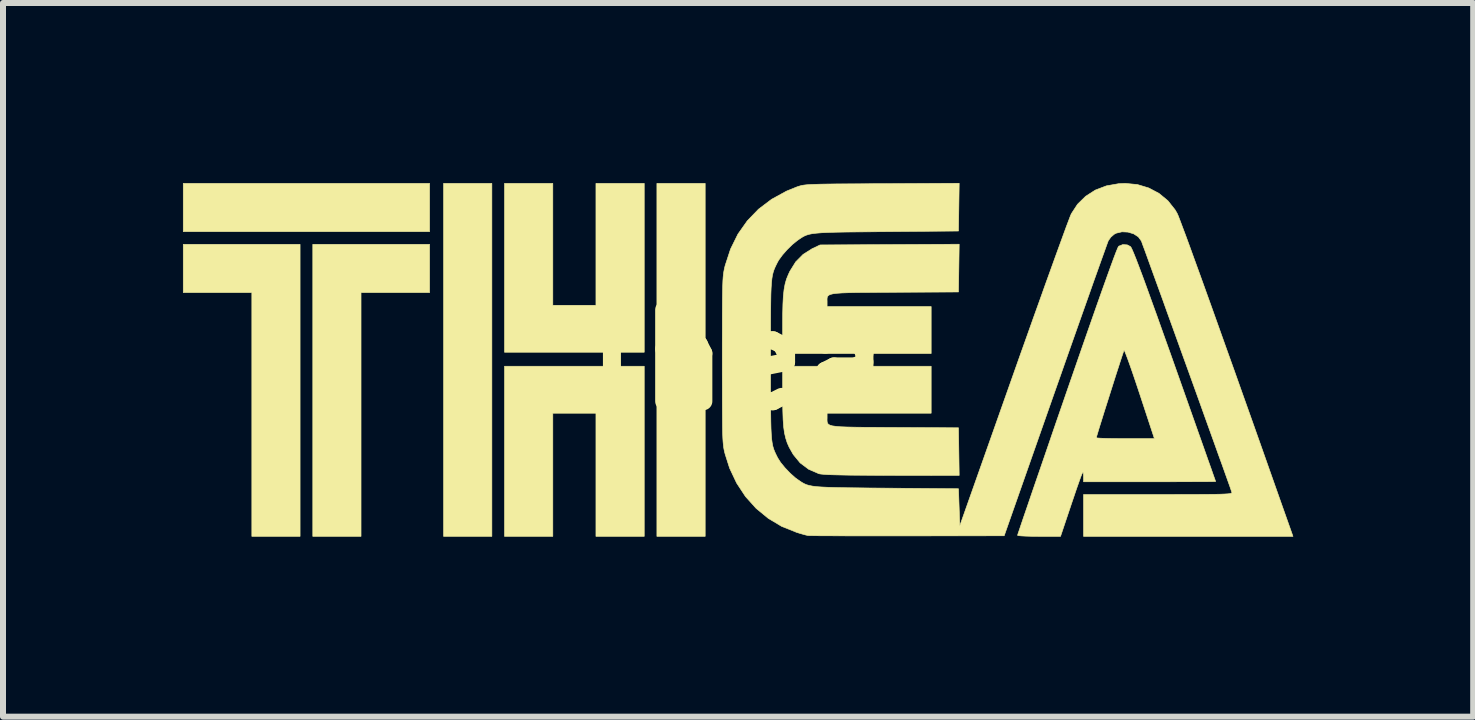
<source format=kicad_pcb>
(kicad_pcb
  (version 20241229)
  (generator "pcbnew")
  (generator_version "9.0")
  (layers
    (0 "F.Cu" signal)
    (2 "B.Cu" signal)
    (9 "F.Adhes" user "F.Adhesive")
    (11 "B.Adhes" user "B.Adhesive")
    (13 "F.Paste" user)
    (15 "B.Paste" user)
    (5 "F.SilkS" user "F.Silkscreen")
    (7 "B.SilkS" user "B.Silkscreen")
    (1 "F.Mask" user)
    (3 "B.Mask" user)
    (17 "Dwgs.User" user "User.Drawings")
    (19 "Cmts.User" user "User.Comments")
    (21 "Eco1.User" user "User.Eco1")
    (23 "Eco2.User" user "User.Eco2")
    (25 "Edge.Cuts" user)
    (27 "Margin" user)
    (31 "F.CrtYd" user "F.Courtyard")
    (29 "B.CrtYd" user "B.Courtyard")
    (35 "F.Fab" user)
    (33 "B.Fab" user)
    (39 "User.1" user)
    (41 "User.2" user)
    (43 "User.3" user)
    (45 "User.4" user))
  (footprint "thea"
    (layer "F.Cu")
    (at 9.255 2.949)
    (property "Reference" "thea" (at 0 0 0) (layer "F.SilkS") (effects (font (size 1.524 1.524) (thickness 0.3))))
    (attr through_hole)
    (fp_poly (pts (xy -5.144 -2.138) (xy -9.25 -2.138) (xy -9.25 -2.942) (xy -5.144 -2.942) (xy -5.144 -2.138)) (stroke (width 0.01) (type solid)) (fill yes) (layer "F.SilkS"))
    (fp_poly (pts (xy -4.106 2.942) (xy -4.911 2.942) (xy -4.911 -2.942) (xy -4.106 -2.942) (xy -4.106 2.942)) (stroke (width 0.01) (type solid)) (fill yes) (layer "F.SilkS"))
    (fp_poly (pts (xy -0.55 2.942) (xy -1.355 2.942) (xy -1.355 -2.942) (xy -0.55 -2.942) (xy -0.55 2.942)) (stroke (width 0.01) (type solid)) (fill yes) (layer "F.SilkS"))
    (fp_poly (pts (xy -7.303 2.942) (xy -8.107 2.942) (xy -8.107 -1.122) (xy -9.25 -1.122) (xy -9.25 -1.926) (xy -7.303 -1.926) (xy -7.303 2.942)) (stroke (width 0.01) (type solid)) (fill yes) (layer "F.SilkS"))
    (fp_poly (pts (xy -5.144 -1.122) (xy -6.287 -1.122) (xy -6.287 2.942) (xy -7.091 2.942) (xy -7.091 -1.926) (xy -5.144 -1.926) (xy -5.144 -1.122)) (stroke (width 0.01) (type solid)) (fill yes) (layer "F.SilkS"))
    (fp_poly (pts (xy -3.09 -0.91) (xy -2.371 -0.91) (xy -2.371 -2.942) (xy -1.566 -2.942) (xy -1.566 -0.127) (xy -3.895 -0.127) (xy -3.895 -2.942) (xy -3.09 -2.942) (xy -3.09 -0.91)) (stroke (width 0.01) (type solid)) (fill yes) (layer "F.SilkS"))
    (fp_poly (pts (xy -1.566 2.942) (xy -2.371 2.942) (xy -2.371 0.889) (xy -3.09 0.889) (xy -3.09 2.942) (xy -3.895 2.942) (xy -3.895 0.106) (xy -1.566 0.106) (xy -1.566 2.942)) (stroke (width 0.01) (type solid)) (fill yes) (layer "F.SilkS"))
    (fp_poly (pts (xy 3.678 -1.53) (xy 3.672 -1.132) (xy 2.616 -1.127) (xy 2.368 -1.126) (xy 2.159 -1.124) (xy 1.985 -1.123) (xy 1.844 -1.12) (xy 1.732 -1.116) (xy 1.646 -1.11) (xy 1.582 -1.102) (xy 1.537 -1.091) (xy 1.508 -1.077) (xy 1.491 -1.059) (xy 1.483 -1.037) (xy 1.481 -1.01) (xy 1.482 -0.979) (xy 1.482 -0.97) (xy 1.482 -0.889) (xy 3.217 -0.889) (xy 3.217 -0.106) (xy 0.741 -0.106) (xy 0.741 -0.577) (xy 0.742 -0.773) (xy 0.746 -0.934) (xy 0.753 -1.065) (xy 0.765 -1.173) (xy 0.782 -1.265) (xy 0.805 -1.346) (xy 0.836 -1.422) (xy 0.861 -1.476) (xy 0.959 -1.634) (xy 1.083 -1.759) (xy 1.235 -1.855) (xy 1.245 -1.859) (xy 1.365 -1.916) (xy 2.525 -1.922) (xy 3.684 -1.928) (xy 3.678 -1.53)) (stroke (width 0.01) (type solid)) (fill yes) (layer "F.SilkS"))
    (fp_poly (pts (xy 3.217 0.889) (xy 1.482 0.889) (xy 1.482 0.97) (xy 1.481 1.003) (xy 1.483 1.031) (xy 1.489 1.054) (xy 1.503 1.073) (xy 1.529 1.088) (xy 1.57 1.1) (xy 1.629 1.108) (xy 1.709 1.115) (xy 1.815 1.119) (xy 1.948 1.122) (xy 2.114 1.124) (xy 2.314 1.125) (xy 2.552 1.127) (xy 2.616 1.127) (xy 3.672 1.132) (xy 3.684 1.926) (xy 2.556 1.925) (xy 2.292 1.924) (xy 2.067 1.923) (xy 1.879 1.922) (xy 1.724 1.919) (xy 1.599 1.916) (xy 1.501 1.913) (xy 1.428 1.908) (xy 1.377 1.903) (xy 1.343 1.897) (xy 1.34 1.895) (xy 1.174 1.823) (xy 1.033 1.717) (xy 0.918 1.577) (xy 0.85 1.457) (xy 0.817 1.382) (xy 0.792 1.304) (xy 0.772 1.218) (xy 0.758 1.118) (xy 0.749 0.996) (xy 0.744 0.847) (xy 0.741 0.665) (xy 0.741 0.577) (xy 0.741 0.106) (xy 3.217 0.106) (xy 3.217 0.889)) (stroke (width 0.01) (type solid)) (fill yes) (layer "F.SilkS"))
    (fp_poly (pts (xy 6.486 -1.917) (xy 6.539 -1.889) (xy 6.552 -1.87) (xy 6.572 -1.828) (xy 6.601 -1.759) (xy 6.639 -1.664) (xy 6.686 -1.54) (xy 6.744 -1.386) (xy 6.812 -1.2) (xy 6.891 -0.981) (xy 6.983 -0.727) (xy 7.086 -0.437) (xy 7.203 -0.11) (xy 7.272 0.085) (xy 7.369 0.359) (xy 7.462 0.622) (xy 7.55 0.871) (xy 7.632 1.103) (xy 7.707 1.315) (xy 7.774 1.504) (xy 7.832 1.669) (xy 7.881 1.806) (xy 7.918 1.912) (xy 7.944 1.985) (xy 7.957 2.022) (xy 7.958 2.027) (xy 7.938 2.028) (xy 7.879 2.029) (xy 7.786 2.03) (xy 7.662 2.03) (xy 7.511 2.031) (xy 7.338 2.031) (xy 7.146 2.032) (xy 6.939 2.032) (xy 6.858 2.032) (xy 5.757 2.032) (xy 5.756 1.921) (xy 5.754 1.891) (xy 5.75 1.876) (xy 5.742 1.88) (xy 5.729 1.904) (xy 5.709 1.954) (xy 5.681 2.033) (xy 5.642 2.143) (xy 5.593 2.288) (xy 5.563 2.376) (xy 5.373 2.942) (xy 5.015 2.942) (xy 4.897 2.941) (xy 4.795 2.938) (xy 4.717 2.934) (xy 4.669 2.929) (xy 4.657 2.925) (xy 4.663 2.903) (xy 4.683 2.844) (xy 4.715 2.749) (xy 4.758 2.622) (xy 4.812 2.465) (xy 4.875 2.28) (xy 4.947 2.07) (xy 5.027 1.838) (xy 5.114 1.585) (xy 5.207 1.314) (xy 5.212 1.298) (xy 5.969 1.298) (xy 5.989 1.302) (xy 6.046 1.306) (xy 6.133 1.309) (xy 6.244 1.311) (xy 6.375 1.312) (xy 6.453 1.312) (xy 6.938 1.312) (xy 6.692 0.564) (xy 6.636 0.396) (xy 6.584 0.242) (xy 6.537 0.107) (xy 6.497 -0.005) (xy 6.465 -0.09) (xy 6.443 -0.144) (xy 6.432 -0.162) (xy 6.432 -0.161) (xy 6.423 -0.137) (xy 6.403 -0.077) (xy 6.374 0.011) (xy 6.338 0.123) (xy 6.296 0.252) (xy 6.251 0.394) (xy 6.204 0.542) (xy 6.157 0.691) (xy 6.111 0.835) (xy 6.069 0.97) (xy 6.032 1.088) (xy 6.002 1.186) (xy 5.981 1.256) (xy 5.97 1.294) (xy 5.969 1.298) (xy 5.212 1.298) (xy 5.305 1.028) (xy 5.408 0.73) (xy 5.48 0.521) (xy 5.622 0.112) (xy 5.751 -0.26) (xy 5.868 -0.595) (xy 5.972 -0.892) (xy 6.064 -1.152) (xy 6.143 -1.373) (xy 6.209 -1.556) (xy 6.262 -1.7) (xy 6.302 -1.805) (xy 6.329 -1.87) (xy 6.343 -1.895) (xy 6.343 -1.895) (xy 6.411 -1.922) (xy 6.486 -1.917)) (stroke (width 0.01) (type solid)) (fill yes) (layer "F.SilkS"))
    (fp_poly (pts (xy 3.672 -2.148) (xy 2.466 -2.138) (xy 2.202 -2.135) (xy 1.976 -2.133) (xy 1.786 -2.131) (xy 1.627 -2.128) (xy 1.496 -2.124) (xy 1.389 -2.119) (xy 1.304 -2.112) (xy 1.235 -2.104) (xy 1.181 -2.093) (xy 1.136 -2.079) (xy 1.097 -2.062) (xy 1.062 -2.042) (xy 1.026 -2.018) (xy 0.987 -1.991) (xy 0.905 -1.925) (xy 0.818 -1.84) (xy 0.738 -1.749) (xy 0.676 -1.664) (xy 0.657 -1.631) (xy 0.634 -1.585) (xy 0.614 -1.543) (xy 0.597 -1.502) (xy 0.583 -1.459) (xy 0.571 -1.411) (xy 0.562 -1.353) (xy 0.555 -1.282) (xy 0.549 -1.195) (xy 0.545 -1.089) (xy 0.543 -0.959) (xy 0.541 -0.802) (xy 0.54 -0.615) (xy 0.54 -0.395) (xy 0.54 -0.137) (xy 0.54 0) (xy 0.54 0.277) (xy 0.54 0.514) (xy 0.54 0.717) (xy 0.542 0.888) (xy 0.544 1.03) (xy 0.547 1.147) (xy 0.552 1.243) (xy 0.558 1.321) (xy 0.567 1.385) (xy 0.577 1.437) (xy 0.59 1.482) (xy 0.606 1.524) (xy 0.624 1.564) (xy 0.646 1.608) (xy 0.657 1.631) (xy 0.707 1.71) (xy 0.781 1.8) (xy 0.866 1.889) (xy 0.951 1.965) (xy 0.987 1.991) (xy 1.027 2.019) (xy 1.063 2.043) (xy 1.099 2.063) (xy 1.137 2.08) (xy 1.182 2.093) (xy 1.237 2.104) (xy 1.306 2.113) (xy 1.393 2.119) (xy 1.5 2.124) (xy 1.632 2.128) (xy 1.792 2.131) (xy 1.983 2.133) (xy 2.21 2.136) (xy 2.466 2.138) (xy 3.672 2.148) (xy 3.683 2.457) (xy 3.694 2.766) (xy 4.593 0.224) (xy 4.705 -0.093) (xy 4.815 -0.401) (xy 4.92 -0.697) (xy 5.021 -0.978) (xy 5.115 -1.242) (xy 5.203 -1.486) (xy 5.283 -1.708) (xy 5.355 -1.906) (xy 5.417 -2.076) (xy 5.468 -2.216) (xy 5.509 -2.324) (xy 5.537 -2.398) (xy 5.552 -2.433) (xy 5.552 -2.434) (xy 5.657 -2.595) (xy 5.793 -2.728) (xy 5.954 -2.831) (xy 6.138 -2.901) (xy 6.342 -2.937) (xy 6.452 -2.942) (xy 6.654 -2.923) (xy 6.843 -2.866) (xy 7.014 -2.776) (xy 7.162 -2.654) (xy 7.282 -2.503) (xy 7.318 -2.441) (xy 7.334 -2.405) (xy 7.363 -2.33) (xy 7.405 -2.218) (xy 7.46 -2.072) (xy 7.526 -1.892) (xy 7.603 -1.679) (xy 7.691 -1.437) (xy 7.789 -1.165) (xy 7.896 -0.867) (xy 8.012 -0.542) (xy 8.136 -0.194) (xy 8.269 0.177) (xy 8.408 0.569) (xy 8.554 0.979) (xy 8.706 1.408) (xy 8.863 1.853) (xy 9.025 2.312) (xy 9.145 2.651) (xy 9.248 2.942) (xy 5.757 2.942) (xy 5.757 2.244) (xy 6.998 2.244) (xy 7.259 2.244) (xy 7.48 2.243) (xy 7.665 2.243) (xy 7.817 2.242) (xy 7.94 2.241) (xy 8.036 2.239) (xy 8.109 2.236) (xy 8.161 2.233) (xy 8.196 2.229) (xy 8.217 2.224) (xy 8.227 2.218) (xy 8.23 2.211) (xy 8.229 2.207) (xy 8.22 2.181) (xy 8.199 2.119) (xy 8.165 2.024) (xy 8.12 1.898) (xy 8.066 1.746) (xy 8.002 1.57) (xy 7.932 1.374) (xy 7.855 1.16) (xy 7.773 0.932) (xy 7.688 0.694) (xy 7.599 0.447) (xy 7.509 0.197) (xy 7.418 -0.054) (xy 7.328 -0.304) (xy 7.24 -0.548) (xy 7.155 -0.783) (xy 7.075 -1.007) (xy 6.999 -1.216) (xy 6.93 -1.406) (xy 6.869 -1.575) (xy 6.817 -1.719) (xy 6.775 -1.835) (xy 6.743 -1.92) (xy 6.725 -1.971) (xy 6.72 -1.983) (xy 6.67 -2.051) (xy 6.593 -2.101) (xy 6.498 -2.13) (xy 6.398 -2.135) (xy 6.304 -2.113) (xy 6.27 -2.096) (xy 6.214 -2.048) (xy 6.171 -1.989) (xy 6.169 -1.985) (xy 6.158 -1.956) (xy 6.134 -1.89) (xy 6.098 -1.789) (xy 6.05 -1.656) (xy 5.992 -1.493) (xy 5.924 -1.303) (xy 5.848 -1.087) (xy 5.764 -0.85) (xy 5.673 -0.593) (xy 5.576 -0.318) (xy 5.474 -0.029) (xy 5.368 0.273) (xy 5.285 0.508) (xy 4.434 2.932) (xy 2.825 2.934) (xy 2.567 2.934) (xy 2.32 2.934) (xy 2.088 2.934) (xy 1.874 2.934) (xy 1.682 2.933) (xy 1.515 2.932) (xy 1.376 2.932) (xy 1.27 2.93) (xy 1.198 2.929) (xy 1.165 2.928) (xy 1.164 2.928) (xy 1.116 2.917) (xy 1.045 2.897) (xy 0.976 2.876) (xy 0.728 2.777) (xy 0.502 2.642) (xy 0.299 2.475) (xy 0.122 2.278) (xy -0.026 2.053) (xy -0.143 1.805) (xy -0.217 1.573) (xy -0.227 1.535) (xy -0.235 1.498) (xy -0.242 1.46) (xy -0.247 1.417) (xy -0.252 1.365) (xy -0.256 1.301) (xy -0.259 1.222) (xy -0.261 1.123) (xy -0.262 1.002) (xy -0.263 0.856) (xy -0.264 0.68) (xy -0.264 0.471) (xy -0.265 0.226) (xy -0.265 0) (xy -0.265 -0.276) (xy -0.264 -0.514) (xy -0.264 -0.716) (xy -0.263 -0.886) (xy -0.262 -1.028) (xy -0.26 -1.144) (xy -0.258 -1.238) (xy -0.255 -1.315) (xy -0.251 -1.376) (xy -0.246 -1.426) (xy -0.24 -1.468) (xy -0.233 -1.505) (xy -0.225 -1.542) (xy -0.217 -1.573) (xy -0.127 -1.848) (xy -0.004 -2.097) (xy 0.152 -2.318) (xy 0.339 -2.512) (xy 0.557 -2.677) (xy 0.805 -2.813) (xy 0.975 -2.882) (xy 1.003 -2.892) (xy 1.031 -2.9) (xy 1.061 -2.908) (xy 1.098 -2.914) (xy 1.143 -2.919) (xy 1.202 -2.923) (xy 1.277 -2.926) (xy 1.372 -2.929) (xy 1.49 -2.931) (xy 1.635 -2.933) (xy 1.811 -2.934) (xy 2.02 -2.935) (xy 2.266 -2.937) (xy 2.398 -2.937) (xy 3.684 -2.944) (xy 3.672 -2.148)) (stroke (width 0.01) (type solid)) (fill yes) (layer "F.SilkS")))
  (gr_rect
    (start -3 -3)
    (end 21.507 8.896)
    (stroke (width 0.1) (type default))
    (fill no)
    (layer "Edge.Cuts")))
</source>
